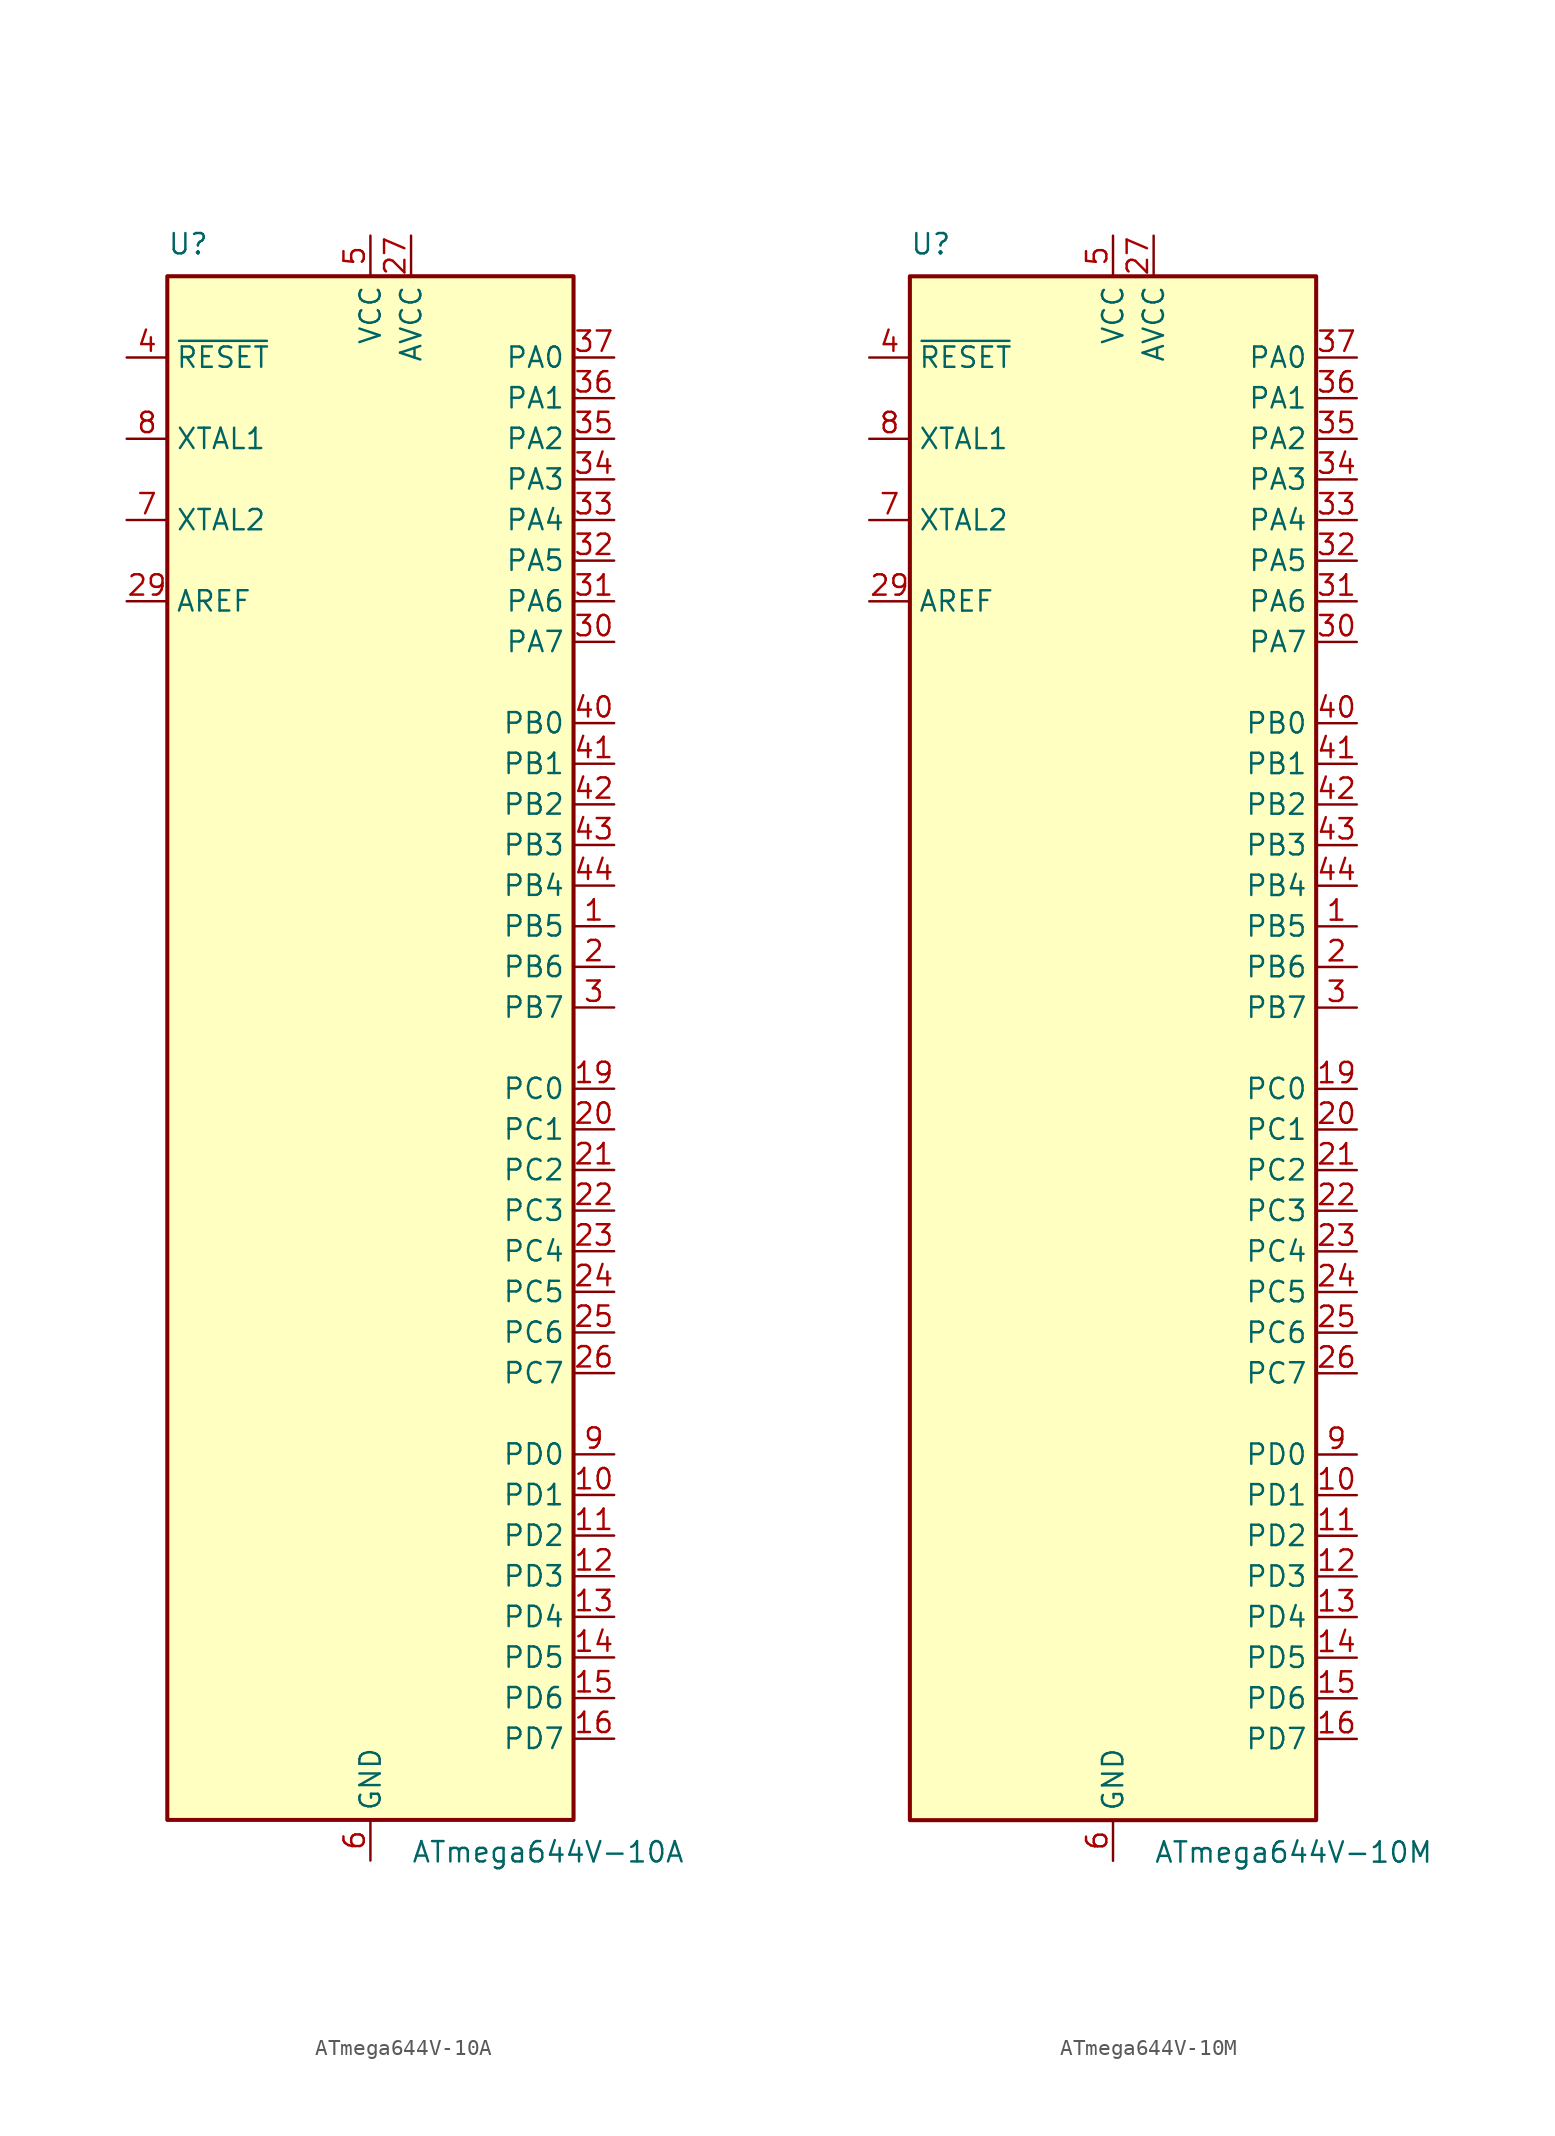
<source format=kicad_sym>
(kicad_symbol_lib
  (version 20241209)
  (generator "kicad_symbol_editor")
  (generator_version "9.0")
  (symbol "ATmega644V-10A"
    (property "Reference" "U"
      (at -12.7 49.53 0)
      (effects (font (size 1.27 1.27)) (justify left bottom)))
    (property "Value" "ATmega644V-10A"
      (at 2.54 -49.53 0)
      (effects (font (size 1.27 1.27)) (justify left top)))
    (symbol "ATmega644V-10A_0_1"
      (rectangle (start -12.7 -48.26) (end 12.7 48.26) (stroke (width 0.254) (type default)) (fill (type background))))
    (symbol "ATmega644V-10A_1_1"
      (pin input line (at -15.24 43.18 0) (length 2.54) (name "~{RESET}" (effects (font (size 1.27 1.27)))) (number "4" (effects (font (size 1.27 1.27)))))
      (pin input line (at -15.24 38.1 0) (length 2.54) (name "XTAL1" (effects (font (size 1.27 1.27)))) (number "8" (effects (font (size 1.27 1.27)))))
      (pin output line (at -15.24 33.02 0) (length 2.54) (name "XTAL2" (effects (font (size 1.27 1.27)))) (number "7" (effects (font (size 1.27 1.27)))))
      (pin passive line (at -15.24 27.94 0) (length 2.54) (name "AREF" (effects (font (size 1.27 1.27)))) (number "29" (effects (font (size 1.27 1.27)))))
      (pin passive line (at 0 50.8 270) (length 2.54) (hide yes) (name "VCC" (effects (font (size 1.27 1.27)))) (number "17" (effects (font (size 1.27 1.27)))))
      (pin passive line (at 0 50.8 270) (length 2.54) (hide yes) (name "VCC" (effects (font (size 1.27 1.27)))) (number "38" (effects (font (size 1.27 1.27)))))
      (pin power_in line (at 0 50.8 270) (length 2.54) (name "VCC" (effects (font (size 1.27 1.27)))) (number "5" (effects (font (size 1.27 1.27)))))
      (pin passive line (at 0 -50.8 90) (length 2.54) (hide yes) (name "GND" (effects (font (size 1.27 1.27)))) (number "18" (effects (font (size 1.27 1.27)))))
      (pin passive line (at 0 -50.8 90) (length 2.54) (hide yes) (name "GND" (effects (font (size 1.27 1.27)))) (number "28" (effects (font (size 1.27 1.27)))))
      (pin passive line (at 0 -50.8 90) (length 2.54) (hide yes) (name "GND" (effects (font (size 1.27 1.27)))) (number "39" (effects (font (size 1.27 1.27)))))
      (pin power_in line (at 0 -50.8 90) (length 2.54) (name "GND" (effects (font (size 1.27 1.27)))) (number "6" (effects (font (size 1.27 1.27)))))
      (pin power_in line (at 2.54 50.8 270) (length 2.54) (name "AVCC" (effects (font (size 1.27 1.27)))) (number "27" (effects (font (size 1.27 1.27)))))
      (pin bidirectional line (at 15.24 43.18 180) (length 2.54) (name "PA0" (effects (font (size 1.27 1.27)))) (number "37" (effects (font (size 1.27 1.27)))))
      (pin bidirectional line (at 15.24 40.64 180) (length 2.54) (name "PA1" (effects (font (size 1.27 1.27)))) (number "36" (effects (font (size 1.27 1.27)))))
      (pin bidirectional line (at 15.24 38.1 180) (length 2.54) (name "PA2" (effects (font (size 1.27 1.27)))) (number "35" (effects (font (size 1.27 1.27)))))
      (pin bidirectional line (at 15.24 35.56 180) (length 2.54) (name "PA3" (effects (font (size 1.27 1.27)))) (number "34" (effects (font (size 1.27 1.27)))))
      (pin bidirectional line (at 15.24 33.02 180) (length 2.54) (name "PA4" (effects (font (size 1.27 1.27)))) (number "33" (effects (font (size 1.27 1.27)))))
      (pin bidirectional line (at 15.24 30.48 180) (length 2.54) (name "PA5" (effects (font (size 1.27 1.27)))) (number "32" (effects (font (size 1.27 1.27)))))
      (pin bidirectional line (at 15.24 27.94 180) (length 2.54) (name "PA6" (effects (font (size 1.27 1.27)))) (number "31" (effects (font (size 1.27 1.27)))))
      (pin bidirectional line (at 15.24 25.4 180) (length 2.54) (name "PA7" (effects (font (size 1.27 1.27)))) (number "30" (effects (font (size 1.27 1.27)))))
      (pin bidirectional line (at 15.24 20.32 180) (length 2.54) (name "PB0" (effects (font (size 1.27 1.27)))) (number "40" (effects (font (size 1.27 1.27)))))
      (pin bidirectional line (at 15.24 17.78 180) (length 2.54) (name "PB1" (effects (font (size 1.27 1.27)))) (number "41" (effects (font (size 1.27 1.27)))))
      (pin bidirectional line (at 15.24 15.24 180) (length 2.54) (name "PB2" (effects (font (size 1.27 1.27)))) (number "42" (effects (font (size 1.27 1.27)))))
      (pin bidirectional line (at 15.24 12.7 180) (length 2.54) (name "PB3" (effects (font (size 1.27 1.27)))) (number "43" (effects (font (size 1.27 1.27)))))
      (pin bidirectional line (at 15.24 10.16 180) (length 2.54) (name "PB4" (effects (font (size 1.27 1.27)))) (number "44" (effects (font (size 1.27 1.27)))))
      (pin bidirectional line (at 15.24 7.62 180) (length 2.54) (name "PB5" (effects (font (size 1.27 1.27)))) (number "1" (effects (font (size 1.27 1.27)))))
      (pin bidirectional line (at 15.24 5.08 180) (length 2.54) (name "PB6" (effects (font (size 1.27 1.27)))) (number "2" (effects (font (size 1.27 1.27)))))
      (pin bidirectional line (at 15.24 2.54 180) (length 2.54) (name "PB7" (effects (font (size 1.27 1.27)))) (number "3" (effects (font (size 1.27 1.27)))))
      (pin bidirectional line (at 15.24 -2.54 180) (length 2.54) (name "PC0" (effects (font (size 1.27 1.27)))) (number "19" (effects (font (size 1.27 1.27)))))
      (pin bidirectional line (at 15.24 -5.08 180) (length 2.54) (name "PC1" (effects (font (size 1.27 1.27)))) (number "20" (effects (font (size 1.27 1.27)))))
      (pin bidirectional line (at 15.24 -7.62 180) (length 2.54) (name "PC2" (effects (font (size 1.27 1.27)))) (number "21" (effects (font (size 1.27 1.27)))))
      (pin bidirectional line (at 15.24 -10.16 180) (length 2.54) (name "PC3" (effects (font (size 1.27 1.27)))) (number "22" (effects (font (size 1.27 1.27)))))
      (pin bidirectional line (at 15.24 -12.7 180) (length 2.54) (name "PC4" (effects (font (size 1.27 1.27)))) (number "23" (effects (font (size 1.27 1.27)))))
      (pin bidirectional line (at 15.24 -15.24 180) (length 2.54) (name "PC5" (effects (font (size 1.27 1.27)))) (number "24" (effects (font (size 1.27 1.27)))))
      (pin bidirectional line (at 15.24 -17.78 180) (length 2.54) (name "PC6" (effects (font (size 1.27 1.27)))) (number "25" (effects (font (size 1.27 1.27)))))
      (pin bidirectional line (at 15.24 -20.32 180) (length 2.54) (name "PC7" (effects (font (size 1.27 1.27)))) (number "26" (effects (font (size 1.27 1.27)))))
      (pin bidirectional line (at 15.24 -25.4 180) (length 2.54) (name "PD0" (effects (font (size 1.27 1.27)))) (number "9" (effects (font (size 1.27 1.27)))))
      (pin bidirectional line (at 15.24 -27.94 180) (length 2.54) (name "PD1" (effects (font (size 1.27 1.27)))) (number "10" (effects (font (size 1.27 1.27)))))
      (pin bidirectional line (at 15.24 -30.48 180) (length 2.54) (name "PD2" (effects (font (size 1.27 1.27)))) (number "11" (effects (font (size 1.27 1.27)))))
      (pin bidirectional line (at 15.24 -33.02 180) (length 2.54) (name "PD3" (effects (font (size 1.27 1.27)))) (number "12" (effects (font (size 1.27 1.27)))))
      (pin bidirectional line (at 15.24 -35.56 180) (length 2.54) (name "PD4" (effects (font (size 1.27 1.27)))) (number "13" (effects (font (size 1.27 1.27)))))
      (pin bidirectional line (at 15.24 -38.1 180) (length 2.54) (name "PD5" (effects (font (size 1.27 1.27)))) (number "14" (effects (font (size 1.27 1.27)))))
      (pin bidirectional line (at 15.24 -40.64 180) (length 2.54) (name "PD6" (effects (font (size 1.27 1.27)))) (number "15" (effects (font (size 1.27 1.27)))))
      (pin bidirectional line (at 15.24 -43.18 180) (length 2.54) (name "PD7" (effects (font (size 1.27 1.27)))) (number "16" (effects (font (size 1.27 1.27)))))))
  (symbol "ATmega644V-10M"
    (property "Reference" "U"
      (at -12.7 49.53 0)
      (effects (font (size 1.27 1.27)) (justify left bottom)))
    (property "Value" "ATmega644V-10M"
      (at 2.54 -49.53 0)
      (effects (font (size 1.27 1.27)) (justify left top)))
    (symbol "ATmega644V-10M_0_1"
      (rectangle (start -12.7 -48.26) (end 12.7 48.26) (stroke (width 0.254) (type default)) (fill (type background))))
    (symbol "ATmega644V-10M_1_1"
      (pin input line (at -15.24 43.18 0) (length 2.54) (name "~{RESET}" (effects (font (size 1.27 1.27)))) (number "4" (effects (font (size 1.27 1.27)))))
      (pin input line (at -15.24 38.1 0) (length 2.54) (name "XTAL1" (effects (font (size 1.27 1.27)))) (number "8" (effects (font (size 1.27 1.27)))))
      (pin output line (at -15.24 33.02 0) (length 2.54) (name "XTAL2" (effects (font (size 1.27 1.27)))) (number "7" (effects (font (size 1.27 1.27)))))
      (pin passive line (at -15.24 27.94 0) (length 2.54) (name "AREF" (effects (font (size 1.27 1.27)))) (number "29" (effects (font (size 1.27 1.27)))))
      (pin passive line (at 0 50.8 270) (length 2.54) (hide yes) (name "VCC" (effects (font (size 1.27 1.27)))) (number "17" (effects (font (size 1.27 1.27)))))
      (pin passive line (at 0 50.8 270) (length 2.54) (hide yes) (name "VCC" (effects (font (size 1.27 1.27)))) (number "38" (effects (font (size 1.27 1.27)))))
      (pin power_in line (at 0 50.8 270) (length 2.54) (name "VCC" (effects (font (size 1.27 1.27)))) (number "5" (effects (font (size 1.27 1.27)))))
      (pin passive line (at 0 -50.8 90) (length 2.54) (hide yes) (name "GND" (effects (font (size 1.27 1.27)))) (number "18" (effects (font (size 1.27 1.27)))))
      (pin passive line (at 0 -50.8 90) (length 2.54) (hide yes) (name "GND" (effects (font (size 1.27 1.27)))) (number "28" (effects (font (size 1.27 1.27)))))
      (pin passive line (at 0 -50.8 90) (length 2.54) (hide yes) (name "GND" (effects (font (size 1.27 1.27)))) (number "39" (effects (font (size 1.27 1.27)))))
      (pin passive line (at 0 -50.8 90) (length 2.54) (hide yes) (name "GND" (effects (font (size 1.27 1.27)))) (number "45" (effects (font (size 1.27 1.27)))))
      (pin power_in line (at 0 -50.8 90) (length 2.54) (name "GND" (effects (font (size 1.27 1.27)))) (number "6" (effects (font (size 1.27 1.27)))))
      (pin power_in line (at 2.54 50.8 270) (length 2.54) (name "AVCC" (effects (font (size 1.27 1.27)))) (number "27" (effects (font (size 1.27 1.27)))))
      (pin bidirectional line (at 15.24 43.18 180) (length 2.54) (name "PA0" (effects (font (size 1.27 1.27)))) (number "37" (effects (font (size 1.27 1.27)))))
      (pin bidirectional line (at 15.24 40.64 180) (length 2.54) (name "PA1" (effects (font (size 1.27 1.27)))) (number "36" (effects (font (size 1.27 1.27)))))
      (pin bidirectional line (at 15.24 38.1 180) (length 2.54) (name "PA2" (effects (font (size 1.27 1.27)))) (number "35" (effects (font (size 1.27 1.27)))))
      (pin bidirectional line (at 15.24 35.56 180) (length 2.54) (name "PA3" (effects (font (size 1.27 1.27)))) (number "34" (effects (font (size 1.27 1.27)))))
      (pin bidirectional line (at 15.24 33.02 180) (length 2.54) (name "PA4" (effects (font (size 1.27 1.27)))) (number "33" (effects (font (size 1.27 1.27)))))
      (pin bidirectional line (at 15.24 30.48 180) (length 2.54) (name "PA5" (effects (font (size 1.27 1.27)))) (number "32" (effects (font (size 1.27 1.27)))))
      (pin bidirectional line (at 15.24 27.94 180) (length 2.54) (name "PA6" (effects (font (size 1.27 1.27)))) (number "31" (effects (font (size 1.27 1.27)))))
      (pin bidirectional line (at 15.24 25.4 180) (length 2.54) (name "PA7" (effects (font (size 1.27 1.27)))) (number "30" (effects (font (size 1.27 1.27)))))
      (pin bidirectional line (at 15.24 20.32 180) (length 2.54) (name "PB0" (effects (font (size 1.27 1.27)))) (number "40" (effects (font (size 1.27 1.27)))))
      (pin bidirectional line (at 15.24 17.78 180) (length 2.54) (name "PB1" (effects (font (size 1.27 1.27)))) (number "41" (effects (font (size 1.27 1.27)))))
      (pin bidirectional line (at 15.24 15.24 180) (length 2.54) (name "PB2" (effects (font (size 1.27 1.27)))) (number "42" (effects (font (size 1.27 1.27)))))
      (pin bidirectional line (at 15.24 12.7 180) (length 2.54) (name "PB3" (effects (font (size 1.27 1.27)))) (number "43" (effects (font (size 1.27 1.27)))))
      (pin bidirectional line (at 15.24 10.16 180) (length 2.54) (name "PB4" (effects (font (size 1.27 1.27)))) (number "44" (effects (font (size 1.27 1.27)))))
      (pin bidirectional line (at 15.24 7.62 180) (length 2.54) (name "PB5" (effects (font (size 1.27 1.27)))) (number "1" (effects (font (size 1.27 1.27)))))
      (pin bidirectional line (at 15.24 5.08 180) (length 2.54) (name "PB6" (effects (font (size 1.27 1.27)))) (number "2" (effects (font (size 1.27 1.27)))))
      (pin bidirectional line (at 15.24 2.54 180) (length 2.54) (name "PB7" (effects (font (size 1.27 1.27)))) (number "3" (effects (font (size 1.27 1.27)))))
      (pin bidirectional line (at 15.24 -2.54 180) (length 2.54) (name "PC0" (effects (font (size 1.27 1.27)))) (number "19" (effects (font (size 1.27 1.27)))))
      (pin bidirectional line (at 15.24 -5.08 180) (length 2.54) (name "PC1" (effects (font (size 1.27 1.27)))) (number "20" (effects (font (size 1.27 1.27)))))
      (pin bidirectional line (at 15.24 -7.62 180) (length 2.54) (name "PC2" (effects (font (size 1.27 1.27)))) (number "21" (effects (font (size 1.27 1.27)))))
      (pin bidirectional line (at 15.24 -10.16 180) (length 2.54) (name "PC3" (effects (font (size 1.27 1.27)))) (number "22" (effects (font (size 1.27 1.27)))))
      (pin bidirectional line (at 15.24 -12.7 180) (length 2.54) (name "PC4" (effects (font (size 1.27 1.27)))) (number "23" (effects (font (size 1.27 1.27)))))
      (pin bidirectional line (at 15.24 -15.24 180) (length 2.54) (name "PC5" (effects (font (size 1.27 1.27)))) (number "24" (effects (font (size 1.27 1.27)))))
      (pin bidirectional line (at 15.24 -17.78 180) (length 2.54) (name "PC6" (effects (font (size 1.27 1.27)))) (number "25" (effects (font (size 1.27 1.27)))))
      (pin bidirectional line (at 15.24 -20.32 180) (length 2.54) (name "PC7" (effects (font (size 1.27 1.27)))) (number "26" (effects (font (size 1.27 1.27)))))
      (pin bidirectional line (at 15.24 -25.4 180) (length 2.54) (name "PD0" (effects (font (size 1.27 1.27)))) (number "9" (effects (font (size 1.27 1.27)))))
      (pin bidirectional line (at 15.24 -27.94 180) (length 2.54) (name "PD1" (effects (font (size 1.27 1.27)))) (number "10" (effects (font (size 1.27 1.27)))))
      (pin bidirectional line (at 15.24 -30.48 180) (length 2.54) (name "PD2" (effects (font (size 1.27 1.27)))) (number "11" (effects (font (size 1.27 1.27)))))
      (pin bidirectional line (at 15.24 -33.02 180) (length 2.54) (name "PD3" (effects (font (size 1.27 1.27)))) (number "12" (effects (font (size 1.27 1.27)))))
      (pin bidirectional line (at 15.24 -35.56 180) (length 2.54) (name "PD4" (effects (font (size 1.27 1.27)))) (number "13" (effects (font (size 1.27 1.27)))))
      (pin bidirectional line (at 15.24 -38.1 180) (length 2.54) (name "PD5" (effects (font (size 1.27 1.27)))) (number "14" (effects (font (size 1.27 1.27)))))
      (pin bidirectional line (at 15.24 -40.64 180) (length 2.54) (name "PD6" (effects (font (size 1.27 1.27)))) (number "15" (effects (font (size 1.27 1.27)))))
      (pin bidirectional line (at 15.24 -43.18 180) (length 2.54) (name "PD7" (effects (font (size 1.27 1.27)))) (number "16" (effects (font (size 1.27 1.27))))))))
</source>
